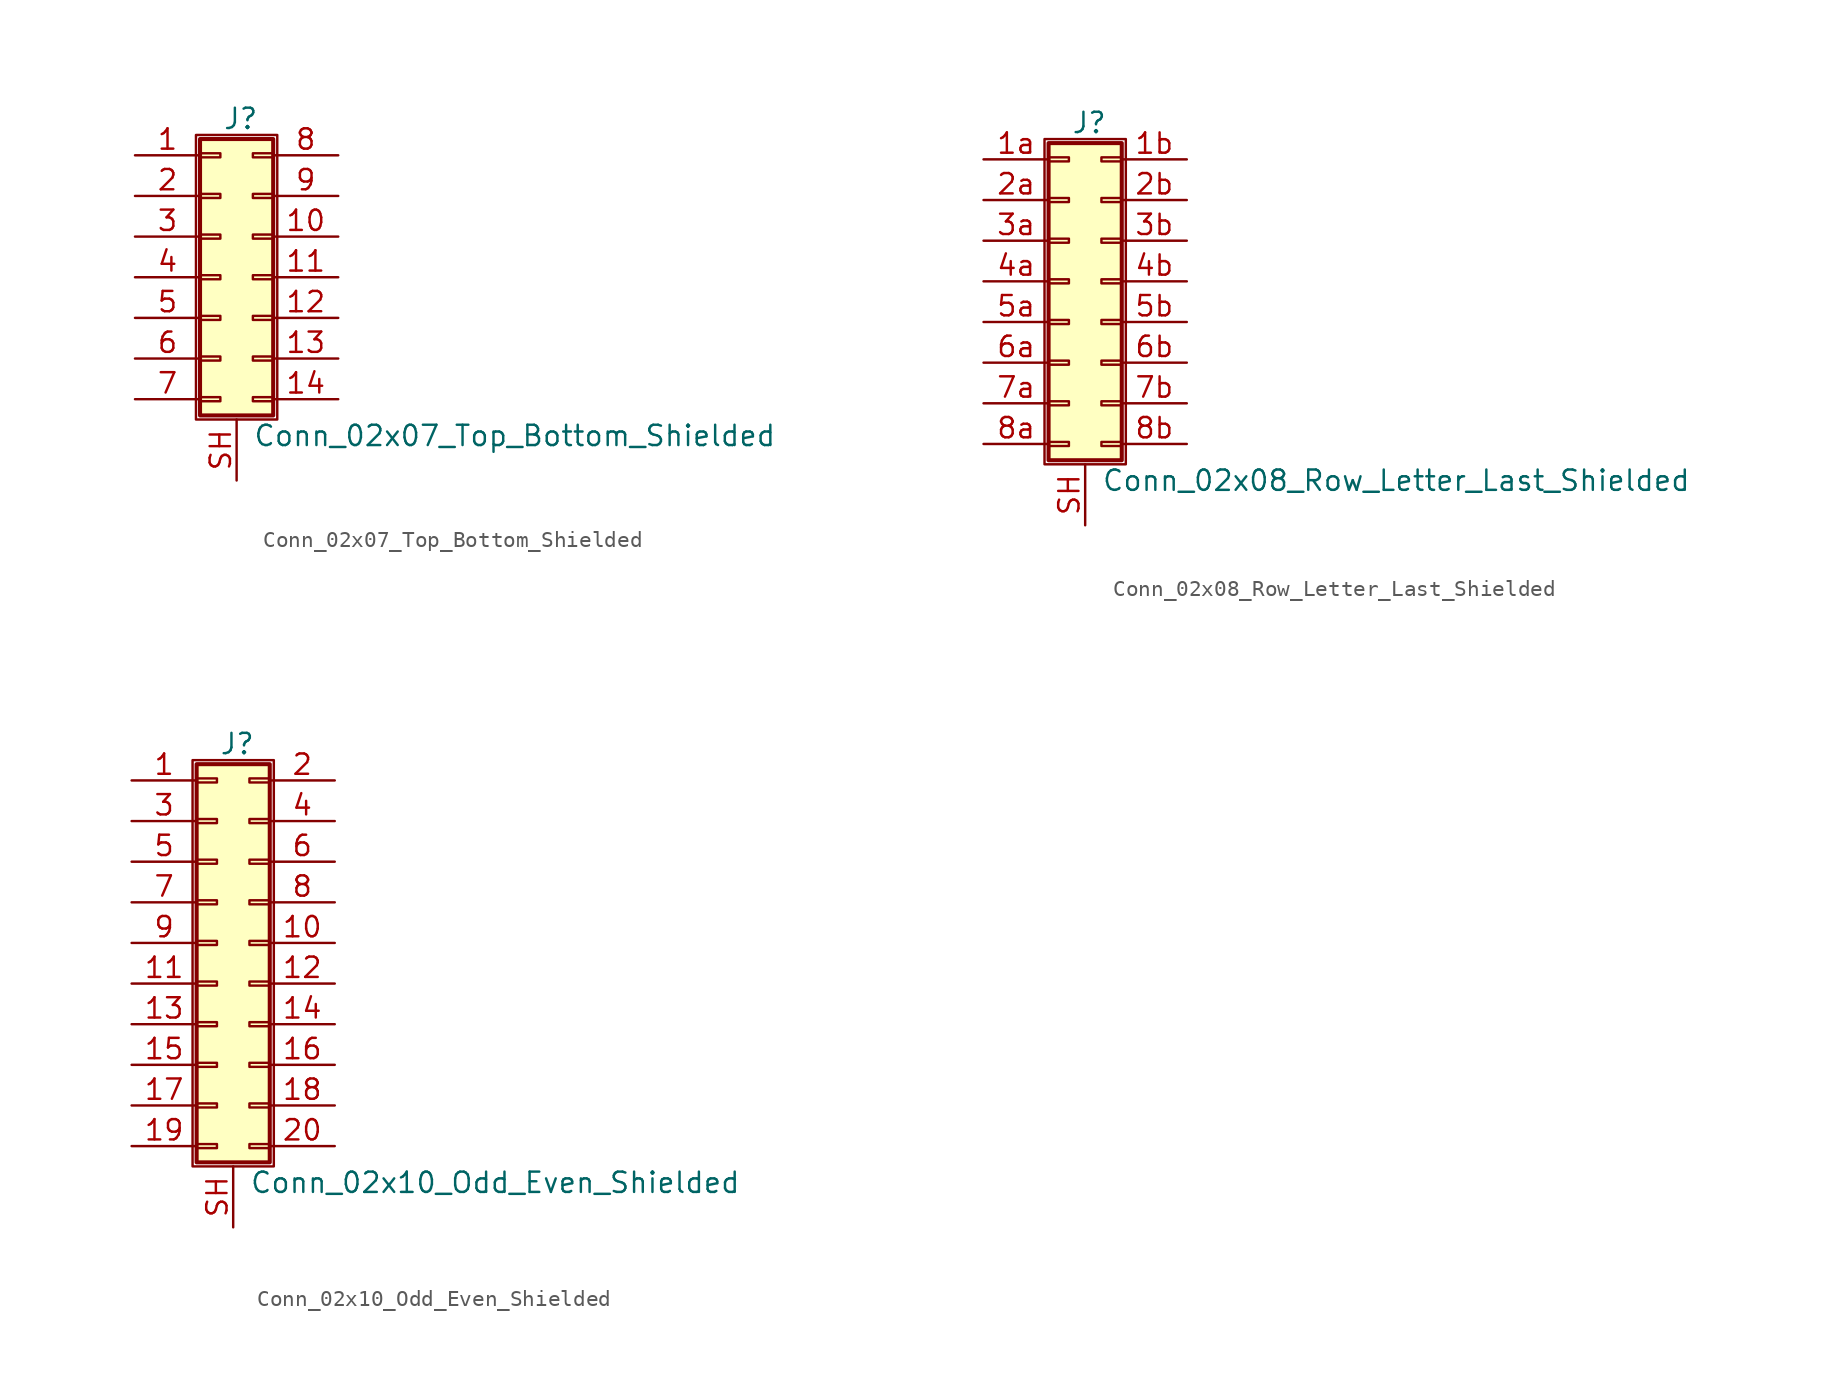
<source format=kicad_sym>
(kicad_symbol_lib
  (version 20211014)
  (generator kicad_symbol_editor)
  (symbol "Conn_02x07_Top_Bottom_Shielded"
    (pin_names
      (offset 1.016) hide)
    (property "Reference" "J"
      (at 1.524 9.906 0)
      (effects (font (size 1.27 1.27))))
    (property "Value" "Conn_02x07_Top_Bottom_Shielded"
      (at 2.286 -9.906 0)
      (effects (font (size 1.27 1.27)) (justify left)))
    (symbol "Conn_02x07_Top_Bottom_Shielded_1_1"
      (rectangle (start -1.27 8.89) (end 3.81 -8.89) (stroke (width 0.152) (type default) (color 0 0 0 0)) (fill (type none)))
      (rectangle (start -1.016 -7.493) (end 0.254 -7.747) (stroke (width 0.152) (type default) (color 0 0 0 0)) (fill (type none)))
      (rectangle (start -1.016 -4.953) (end 0.254 -5.207) (stroke (width 0.152) (type default) (color 0 0 0 0)) (fill (type none)))
      (rectangle (start -1.016 -2.413) (end 0.254 -2.667) (stroke (width 0.152) (type default) (color 0 0 0 0)) (fill (type none)))
      (rectangle (start -1.016 0.127) (end 0.254 -0.127) (stroke (width 0.152) (type default) (color 0 0 0 0)) (fill (type none)))
      (rectangle (start -1.016 2.667) (end 0.254 2.413) (stroke (width 0.152) (type default) (color 0 0 0 0)) (fill (type none)))
      (rectangle (start -1.016 5.207) (end 0.254 4.953) (stroke (width 0.152) (type default) (color 0 0 0 0)) (fill (type none)))
      (rectangle (start -1.016 7.747) (end 0.254 7.493) (stroke (width 0.152) (type default) (color 0 0 0 0)) (fill (type none)))
      (rectangle (start -1.016 8.636) (end 3.556 -8.636) (stroke (width 0.254) (type default) (color 0 0 0 0)) (fill (type background)))
      (rectangle (start 3.556 -7.493) (end 2.286 -7.747) (stroke (width 0.152) (type default) (color 0 0 0 0)) (fill (type none)))
      (rectangle (start 3.556 -4.953) (end 2.286 -5.207) (stroke (width 0.152) (type default) (color 0 0 0 0)) (fill (type none)))
      (rectangle (start 3.556 -2.413) (end 2.286 -2.667) (stroke (width 0.152) (type default) (color 0 0 0 0)) (fill (type none)))
      (rectangle (start 3.556 0.127) (end 2.286 -0.127) (stroke (width 0.152) (type default) (color 0 0 0 0)) (fill (type none)))
      (rectangle (start 3.556 2.667) (end 2.286 2.413) (stroke (width 0.152) (type default) (color 0 0 0 0)) (fill (type none)))
      (rectangle (start 3.556 5.207) (end 2.286 4.953) (stroke (width 0.152) (type default) (color 0 0 0 0)) (fill (type none)))
      (rectangle (start 3.556 7.747) (end 2.286 7.493) (stroke (width 0.152) (type default) (color 0 0 0 0)) (fill (type none)))
      (pin passive line (at -5.08 7.62 0) (length 4.064) (name "Pin_1" (effects (font (size 1.27 1.27)))) (number "1" (effects (font (size 1.27 1.27)))))
      (pin passive line (at 7.62 2.54 180) (length 4.064) (name "Pin_10" (effects (font (size 1.27 1.27)))) (number "10" (effects (font (size 1.27 1.27)))))
      (pin passive line (at 7.62 0 180) (length 4.064) (name "Pin_11" (effects (font (size 1.27 1.27)))) (number "11" (effects (font (size 1.27 1.27)))))
      (pin passive line (at 7.62 -2.54 180) (length 4.064) (name "Pin_12" (effects (font (size 1.27 1.27)))) (number "12" (effects (font (size 1.27 1.27)))))
      (pin passive line (at 7.62 -5.08 180) (length 4.064) (name "Pin_13" (effects (font (size 1.27 1.27)))) (number "13" (effects (font (size 1.27 1.27)))))
      (pin passive line (at 7.62 -7.62 180) (length 4.064) (name "Pin_14" (effects (font (size 1.27 1.27)))) (number "14" (effects (font (size 1.27 1.27)))))
      (pin passive line (at -5.08 5.08 0) (length 4.064) (name "Pin_2" (effects (font (size 1.27 1.27)))) (number "2" (effects (font (size 1.27 1.27)))))
      (pin passive line (at -5.08 2.54 0) (length 4.064) (name "Pin_3" (effects (font (size 1.27 1.27)))) (number "3" (effects (font (size 1.27 1.27)))))
      (pin passive line (at -5.08 0 0) (length 4.064) (name "Pin_4" (effects (font (size 1.27 1.27)))) (number "4" (effects (font (size 1.27 1.27)))))
      (pin passive line (at -5.08 -2.54 0) (length 4.064) (name "Pin_5" (effects (font (size 1.27 1.27)))) (number "5" (effects (font (size 1.27 1.27)))))
      (pin passive line (at -5.08 -5.08 0) (length 4.064) (name "Pin_6" (effects (font (size 1.27 1.27)))) (number "6" (effects (font (size 1.27 1.27)))))
      (pin passive line (at -5.08 -7.62 0) (length 4.064) (name "Pin_7" (effects (font (size 1.27 1.27)))) (number "7" (effects (font (size 1.27 1.27)))))
      (pin passive line (at 7.62 7.62 180) (length 4.064) (name "Pin_8" (effects (font (size 1.27 1.27)))) (number "8" (effects (font (size 1.27 1.27)))))
      (pin passive line (at 7.62 5.08 180) (length 4.064) (name "Pin_9" (effects (font (size 1.27 1.27)))) (number "9" (effects (font (size 1.27 1.27)))))
      (pin passive line (at 1.27 -12.7 90) (length 3.81) (name "Shield" (effects (font (size 1.27 1.27)))) (number "SH" (effects (font (size 1.27 1.27)))))))
  (symbol "Conn_02x08_Row_Letter_Last_Shielded"
    (pin_names
      (offset 1.016) hide)
    (property "Reference" "J"
      (at 1.524 9.906 0)
      (effects (font (size 1.27 1.27))))
    (property "Value" "Conn_02x08_Row_Letter_Last_Shielded"
      (at 2.286 -12.446 0)
      (effects (font (size 1.27 1.27)) (justify left)))
    (symbol "Conn_02x08_Row_Letter_Last_Shielded_1_1"
      (rectangle (start -1.27 8.89) (end 3.81 -11.43) (stroke (width 0.152) (type default) (color 0 0 0 0)) (fill (type none)))
      (rectangle (start -1.016 -10.033) (end 0.254 -10.287) (stroke (width 0.152) (type default) (color 0 0 0 0)) (fill (type none)))
      (rectangle (start -1.016 -7.493) (end 0.254 -7.747) (stroke (width 0.152) (type default) (color 0 0 0 0)) (fill (type none)))
      (rectangle (start -1.016 -4.953) (end 0.254 -5.207) (stroke (width 0.152) (type default) (color 0 0 0 0)) (fill (type none)))
      (rectangle (start -1.016 -2.413) (end 0.254 -2.667) (stroke (width 0.152) (type default) (color 0 0 0 0)) (fill (type none)))
      (rectangle (start -1.016 0.127) (end 0.254 -0.127) (stroke (width 0.152) (type default) (color 0 0 0 0)) (fill (type none)))
      (rectangle (start -1.016 2.667) (end 0.254 2.413) (stroke (width 0.152) (type default) (color 0 0 0 0)) (fill (type none)))
      (rectangle (start -1.016 5.207) (end 0.254 4.953) (stroke (width 0.152) (type default) (color 0 0 0 0)) (fill (type none)))
      (rectangle (start -1.016 7.747) (end 0.254 7.493) (stroke (width 0.152) (type default) (color 0 0 0 0)) (fill (type none)))
      (rectangle (start -1.016 8.636) (end 3.556 -11.176) (stroke (width 0.254) (type default) (color 0 0 0 0)) (fill (type background)))
      (rectangle (start 3.556 -10.033) (end 2.286 -10.287) (stroke (width 0.152) (type default) (color 0 0 0 0)) (fill (type none)))
      (rectangle (start 3.556 -7.493) (end 2.286 -7.747) (stroke (width 0.152) (type default) (color 0 0 0 0)) (fill (type none)))
      (rectangle (start 3.556 -4.953) (end 2.286 -5.207) (stroke (width 0.152) (type default) (color 0 0 0 0)) (fill (type none)))
      (rectangle (start 3.556 -2.413) (end 2.286 -2.667) (stroke (width 0.152) (type default) (color 0 0 0 0)) (fill (type none)))
      (rectangle (start 3.556 0.127) (end 2.286 -0.127) (stroke (width 0.152) (type default) (color 0 0 0 0)) (fill (type none)))
      (rectangle (start 3.556 2.667) (end 2.286 2.413) (stroke (width 0.152) (type default) (color 0 0 0 0)) (fill (type none)))
      (rectangle (start 3.556 5.207) (end 2.286 4.953) (stroke (width 0.152) (type default) (color 0 0 0 0)) (fill (type none)))
      (rectangle (start 3.556 7.747) (end 2.286 7.493) (stroke (width 0.152) (type default) (color 0 0 0 0)) (fill (type none)))
      (pin passive line (at -5.08 7.62 0) (length 4.064) (name "Pin_1a" (effects (font (size 1.27 1.27)))) (number "1a" (effects (font (size 1.27 1.27)))))
      (pin passive line (at 7.62 7.62 180) (length 4.064) (name "Pin_1b" (effects (font (size 1.27 1.27)))) (number "1b" (effects (font (size 1.27 1.27)))))
      (pin passive line (at -5.08 5.08 0) (length 4.064) (name "Pin_2a" (effects (font (size 1.27 1.27)))) (number "2a" (effects (font (size 1.27 1.27)))))
      (pin passive line (at 7.62 5.08 180) (length 4.064) (name "Pin_2b" (effects (font (size 1.27 1.27)))) (number "2b" (effects (font (size 1.27 1.27)))))
      (pin passive line (at -5.08 2.54 0) (length 4.064) (name "Pin_3a" (effects (font (size 1.27 1.27)))) (number "3a" (effects (font (size 1.27 1.27)))))
      (pin passive line (at 7.62 2.54 180) (length 4.064) (name "Pin_3b" (effects (font (size 1.27 1.27)))) (number "3b" (effects (font (size 1.27 1.27)))))
      (pin passive line (at -5.08 0 0) (length 4.064) (name "Pin_4a" (effects (font (size 1.27 1.27)))) (number "4a" (effects (font (size 1.27 1.27)))))
      (pin passive line (at 7.62 0 180) (length 4.064) (name "Pin_4b" (effects (font (size 1.27 1.27)))) (number "4b" (effects (font (size 1.27 1.27)))))
      (pin passive line (at -5.08 -2.54 0) (length 4.064) (name "Pin_5a" (effects (font (size 1.27 1.27)))) (number "5a" (effects (font (size 1.27 1.27)))))
      (pin passive line (at 7.62 -2.54 180) (length 4.064) (name "Pin_5b" (effects (font (size 1.27 1.27)))) (number "5b" (effects (font (size 1.27 1.27)))))
      (pin passive line (at -5.08 -5.08 0) (length 4.064) (name "Pin_6a" (effects (font (size 1.27 1.27)))) (number "6a" (effects (font (size 1.27 1.27)))))
      (pin passive line (at 7.62 -5.08 180) (length 4.064) (name "Pin_6b" (effects (font (size 1.27 1.27)))) (number "6b" (effects (font (size 1.27 1.27)))))
      (pin passive line (at -5.08 -7.62 0) (length 4.064) (name "Pin_7a" (effects (font (size 1.27 1.27)))) (number "7a" (effects (font (size 1.27 1.27)))))
      (pin passive line (at 7.62 -7.62 180) (length 4.064) (name "Pin_7b" (effects (font (size 1.27 1.27)))) (number "7b" (effects (font (size 1.27 1.27)))))
      (pin passive line (at -5.08 -10.16 0) (length 4.064) (name "Pin_8a" (effects (font (size 1.27 1.27)))) (number "8a" (effects (font (size 1.27 1.27)))))
      (pin passive line (at 7.62 -10.16 180) (length 4.064) (name "Pin_8b" (effects (font (size 1.27 1.27)))) (number "8b" (effects (font (size 1.27 1.27)))))
      (pin passive line (at 1.27 -15.24 90) (length 3.81) (name "Shield" (effects (font (size 1.27 1.27)))) (number "SH" (effects (font (size 1.27 1.27)))))))
  (symbol "Conn_02x10_Odd_Even_Shielded"
    (pin_names
      (offset 1.016) hide)
    (property "Reference" "J"
      (at 1.524 12.446 0)
      (effects (font (size 1.27 1.27))))
    (property "Value" "Conn_02x10_Odd_Even_Shielded"
      (at 2.286 -14.986 0)
      (effects (font (size 1.27 1.27)) (justify left)))
    (symbol "Conn_02x10_Odd_Even_Shielded_1_1"
      (rectangle (start -1.27 11.43) (end 3.81 -13.97) (stroke (width 0.152) (type default) (color 0 0 0 0)) (fill (type none)))
      (rectangle (start -1.016 -12.573) (end 0.254 -12.827) (stroke (width 0.152) (type default) (color 0 0 0 0)) (fill (type none)))
      (rectangle (start -1.016 -10.033) (end 0.254 -10.287) (stroke (width 0.152) (type default) (color 0 0 0 0)) (fill (type none)))
      (rectangle (start -1.016 -7.493) (end 0.254 -7.747) (stroke (width 0.152) (type default) (color 0 0 0 0)) (fill (type none)))
      (rectangle (start -1.016 -4.953) (end 0.254 -5.207) (stroke (width 0.152) (type default) (color 0 0 0 0)) (fill (type none)))
      (rectangle (start -1.016 -2.413) (end 0.254 -2.667) (stroke (width 0.152) (type default) (color 0 0 0 0)) (fill (type none)))
      (rectangle (start -1.016 0.127) (end 0.254 -0.127) (stroke (width 0.152) (type default) (color 0 0 0 0)) (fill (type none)))
      (rectangle (start -1.016 2.667) (end 0.254 2.413) (stroke (width 0.152) (type default) (color 0 0 0 0)) (fill (type none)))
      (rectangle (start -1.016 5.207) (end 0.254 4.953) (stroke (width 0.152) (type default) (color 0 0 0 0)) (fill (type none)))
      (rectangle (start -1.016 7.747) (end 0.254 7.493) (stroke (width 0.152) (type default) (color 0 0 0 0)) (fill (type none)))
      (rectangle (start -1.016 10.287) (end 0.254 10.033) (stroke (width 0.152) (type default) (color 0 0 0 0)) (fill (type none)))
      (rectangle (start -1.016 11.176) (end 3.556 -13.716) (stroke (width 0.254) (type default) (color 0 0 0 0)) (fill (type background)))
      (rectangle (start 3.556 -12.573) (end 2.286 -12.827) (stroke (width 0.152) (type default) (color 0 0 0 0)) (fill (type none)))
      (rectangle (start 3.556 -10.033) (end 2.286 -10.287) (stroke (width 0.152) (type default) (color 0 0 0 0)) (fill (type none)))
      (rectangle (start 3.556 -7.493) (end 2.286 -7.747) (stroke (width 0.152) (type default) (color 0 0 0 0)) (fill (type none)))
      (rectangle (start 3.556 -4.953) (end 2.286 -5.207) (stroke (width 0.152) (type default) (color 0 0 0 0)) (fill (type none)))
      (rectangle (start 3.556 -2.413) (end 2.286 -2.667) (stroke (width 0.152) (type default) (color 0 0 0 0)) (fill (type none)))
      (rectangle (start 3.556 0.127) (end 2.286 -0.127) (stroke (width 0.152) (type default) (color 0 0 0 0)) (fill (type none)))
      (rectangle (start 3.556 2.667) (end 2.286 2.413) (stroke (width 0.152) (type default) (color 0 0 0 0)) (fill (type none)))
      (rectangle (start 3.556 5.207) (end 2.286 4.953) (stroke (width 0.152) (type default) (color 0 0 0 0)) (fill (type none)))
      (rectangle (start 3.556 7.747) (end 2.286 7.493) (stroke (width 0.152) (type default) (color 0 0 0 0)) (fill (type none)))
      (rectangle (start 3.556 10.287) (end 2.286 10.033) (stroke (width 0.152) (type default) (color 0 0 0 0)) (fill (type none)))
      (pin passive line (at -5.08 10.16 0) (length 4.064) (name "Pin_1" (effects (font (size 1.27 1.27)))) (number "1" (effects (font (size 1.27 1.27)))))
      (pin passive line (at 7.62 0 180) (length 4.064) (name "Pin_10" (effects (font (size 1.27 1.27)))) (number "10" (effects (font (size 1.27 1.27)))))
      (pin passive line (at -5.08 -2.54 0) (length 4.064) (name "Pin_11" (effects (font (size 1.27 1.27)))) (number "11" (effects (font (size 1.27 1.27)))))
      (pin passive line (at 7.62 -2.54 180) (length 4.064) (name "Pin_12" (effects (font (size 1.27 1.27)))) (number "12" (effects (font (size 1.27 1.27)))))
      (pin passive line (at -5.08 -5.08 0) (length 4.064) (name "Pin_13" (effects (font (size 1.27 1.27)))) (number "13" (effects (font (size 1.27 1.27)))))
      (pin passive line (at 7.62 -5.08 180) (length 4.064) (name "Pin_14" (effects (font (size 1.27 1.27)))) (number "14" (effects (font (size 1.27 1.27)))))
      (pin passive line (at -5.08 -7.62 0) (length 4.064) (name "Pin_15" (effects (font (size 1.27 1.27)))) (number "15" (effects (font (size 1.27 1.27)))))
      (pin passive line (at 7.62 -7.62 180) (length 4.064) (name "Pin_16" (effects (font (size 1.27 1.27)))) (number "16" (effects (font (size 1.27 1.27)))))
      (pin passive line (at -5.08 -10.16 0) (length 4.064) (name "Pin_17" (effects (font (size 1.27 1.27)))) (number "17" (effects (font (size 1.27 1.27)))))
      (pin passive line (at 7.62 -10.16 180) (length 4.064) (name "Pin_18" (effects (font (size 1.27 1.27)))) (number "18" (effects (font (size 1.27 1.27)))))
      (pin passive line (at -5.08 -12.7 0) (length 4.064) (name "Pin_19" (effects (font (size 1.27 1.27)))) (number "19" (effects (font (size 1.27 1.27)))))
      (pin passive line (at 7.62 10.16 180) (length 4.064) (name "Pin_2" (effects (font (size 1.27 1.27)))) (number "2" (effects (font (size 1.27 1.27)))))
      (pin passive line (at 7.62 -12.7 180) (length 4.064) (name "Pin_20" (effects (font (size 1.27 1.27)))) (number "20" (effects (font (size 1.27 1.27)))))
      (pin passive line (at -5.08 7.62 0) (length 4.064) (name "Pin_3" (effects (font (size 1.27 1.27)))) (number "3" (effects (font (size 1.27 1.27)))))
      (pin passive line (at 7.62 7.62 180) (length 4.064) (name "Pin_4" (effects (font (size 1.27 1.27)))) (number "4" (effects (font (size 1.27 1.27)))))
      (pin passive line (at -5.08 5.08 0) (length 4.064) (name "Pin_5" (effects (font (size 1.27 1.27)))) (number "5" (effects (font (size 1.27 1.27)))))
      (pin passive line (at 7.62 5.08 180) (length 4.064) (name "Pin_6" (effects (font (size 1.27 1.27)))) (number "6" (effects (font (size 1.27 1.27)))))
      (pin passive line (at -5.08 2.54 0) (length 4.064) (name "Pin_7" (effects (font (size 1.27 1.27)))) (number "7" (effects (font (size 1.27 1.27)))))
      (pin passive line (at 7.62 2.54 180) (length 4.064) (name "Pin_8" (effects (font (size 1.27 1.27)))) (number "8" (effects (font (size 1.27 1.27)))))
      (pin passive line (at -5.08 0 0) (length 4.064) (name "Pin_9" (effects (font (size 1.27 1.27)))) (number "9" (effects (font (size 1.27 1.27)))))
      (pin passive line (at 1.27 -17.78 90) (length 3.81) (name "Shield" (effects (font (size 1.27 1.27)))) (number "SH" (effects (font (size 1.27 1.27))))))))
</source>
